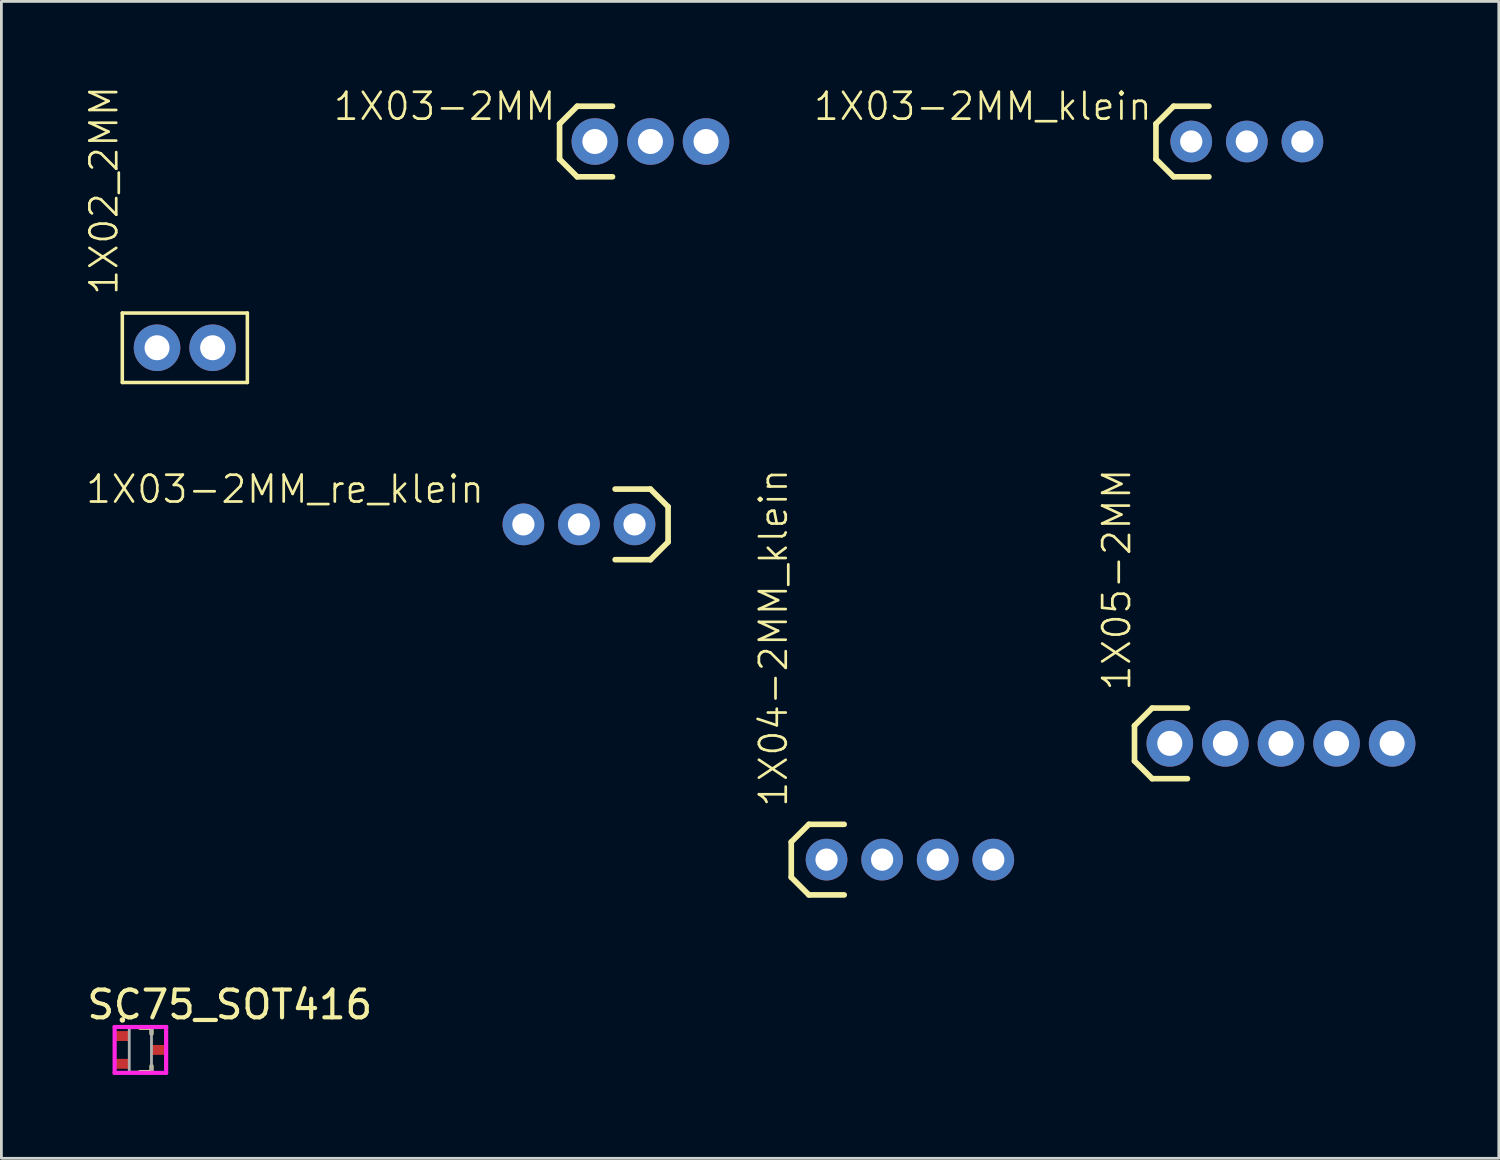
<source format=kicad_pcb>
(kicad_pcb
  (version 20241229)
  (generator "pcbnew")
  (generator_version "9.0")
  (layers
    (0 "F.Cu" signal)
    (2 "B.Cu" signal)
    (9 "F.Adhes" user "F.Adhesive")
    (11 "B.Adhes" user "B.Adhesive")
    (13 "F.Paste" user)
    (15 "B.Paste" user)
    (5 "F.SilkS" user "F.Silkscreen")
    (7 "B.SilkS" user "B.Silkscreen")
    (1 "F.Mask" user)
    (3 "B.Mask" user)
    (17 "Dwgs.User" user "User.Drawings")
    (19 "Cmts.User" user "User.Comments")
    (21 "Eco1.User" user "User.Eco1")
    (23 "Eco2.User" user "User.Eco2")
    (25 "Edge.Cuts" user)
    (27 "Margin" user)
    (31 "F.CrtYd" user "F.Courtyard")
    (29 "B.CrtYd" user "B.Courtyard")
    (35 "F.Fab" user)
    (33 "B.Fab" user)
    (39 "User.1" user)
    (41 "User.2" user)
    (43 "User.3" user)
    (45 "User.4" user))
  (footprint "1X03-2MM"
    (layer "F.Cu")
    (at 18.355 2.042)
    (property "Reference" "1X03-2MM" (at -1.346 -1.829 180) (layer "F.SilkS") (effects (font (size 0.965 0.965) (thickness 0.097)) (justify right top)))
    (attr through_hole)
    (fp_line (start -1.27 -0.635) (end -1.27 0.635) (stroke (width 0.203) (type solid)) (layer "F.SilkS"))
    (fp_line (start -1.27 0.635) (end -0.635 1.27) (stroke (width 0.203) (type solid)) (layer "F.SilkS"))
    (fp_line (start -0.635 -1.27) (end -1.27 -0.635) (stroke (width 0.203) (type solid)) (layer "F.SilkS"))
    (fp_line (start -0.635 -1.27) (end 0.635 -1.27) (stroke (width 0.203) (type solid)) (layer "F.SilkS"))
    (fp_line (start 0.635 1.27) (end -0.635 1.27) (stroke (width 0.203) (type solid)) (layer "F.SilkS"))
    (pad "1" thru_hole circle (at 0 0 90) (size 1.676 1.676) (drill 0.9) (layers "*.Cu" "*.Mask"))
    (pad "2" thru_hole circle (at 2 0 90) (size 1.676 1.676) (drill 0.9) (layers "*.Cu" "*.Mask"))
    (pad "3" thru_hole circle (at 4 0 90) (size 1.676 1.676) (drill 0.9) (layers "*.Cu" "*.Mask")))
  (footprint "1X04-2MM_klein"
    (layer "F.Cu")
    (at 26.692 27.882)
    (property "Reference" "1X04-2MM_klein" (at -1.346 -1.829 90) (layer "F.SilkS") (effects (font (size 0.965 0.965) (thickness 0.097)) (justify left bottom)))
    (attr through_hole)
    (fp_line (start -1.27 -0.635) (end -1.27 0.635) (stroke (width 0.203) (type solid)) (layer "F.SilkS"))
    (fp_line (start -1.27 0.635) (end -0.635 1.27) (stroke (width 0.203) (type solid)) (layer "F.SilkS"))
    (fp_line (start -0.635 -1.27) (end -1.27 -0.635) (stroke (width 0.203) (type solid)) (layer "F.SilkS"))
    (fp_line (start -0.635 -1.27) (end 0.635 -1.27) (stroke (width 0.203) (type solid)) (layer "F.SilkS"))
    (fp_line (start 0.635 1.27) (end -0.635 1.27) (stroke (width 0.203) (type solid)) (layer "F.SilkS"))
    (pad "1" thru_hole circle (at 0 0 90) (size 1.5 1.5) (drill 0.8) (layers "*.Cu" "*.Mask"))
    (pad "2" thru_hole circle (at 2 0 90) (size 1.5 1.5) (drill 0.8) (layers "*.Cu" "*.Mask"))
    (pad "3" thru_hole circle (at 4 0 90) (size 1.5 1.5) (drill 0.8) (layers "*.Cu" "*.Mask"))
    (pad "4" thru_hole circle (at 6 0 90) (size 1.5 1.5) (drill 0.8) (layers "*.Cu" "*.Mask")))
  (footprint "1X03-2MM_klein"
    (layer "F.Cu")
    (at 39.815 2.042)
    (property "Reference" "1X03-2MM_klein" (at -1.346 -1.829 180) (layer "F.SilkS") (effects (font (size 0.965 0.965) (thickness 0.097)) (justify right top)))
    (attr through_hole)
    (fp_line (start -1.27 -0.635) (end -1.27 0.635) (stroke (width 0.203) (type solid)) (layer "F.SilkS"))
    (fp_line (start -1.27 0.635) (end -0.635 1.27) (stroke (width 0.203) (type solid)) (layer "F.SilkS"))
    (fp_line (start -0.635 -1.27) (end -1.27 -0.635) (stroke (width 0.203) (type solid)) (layer "F.SilkS"))
    (fp_line (start -0.635 -1.27) (end 0.635 -1.27) (stroke (width 0.203) (type solid)) (layer "F.SilkS"))
    (fp_line (start 0.635 1.27) (end -0.635 1.27) (stroke (width 0.203) (type solid)) (layer "F.SilkS"))
    (pad "1" thru_hole circle (at 0 0 90) (size 1.5 1.5) (drill 0.8) (layers "*.Cu" "*.Mask"))
    (pad "2" thru_hole circle (at 2 0 90) (size 1.5 1.5) (drill 0.8) (layers "*.Cu" "*.Mask"))
    (pad "3" thru_hole circle (at 4 0 90) (size 1.5 1.5) (drill 0.8) (layers "*.Cu" "*.Mask")))
  (footprint "SC75_SOT416"
    (layer "F.Cu")
    (at 2.001 34.73)
    (property "Reference" "SC75_SOT416" (at -2.001 -1.628 0) (layer "F.SilkS") (effects (font (size 1 1) (thickness 0.15)) (justify left)))
    (attr through_hole)
    (fp_line (start -0.013 -0.8) (end 0.4 -0.8) (stroke (width 0.15) (type solid)) (layer "F.SilkS"))
    (fp_line (start -0.013 0.8) (end 0.4 0.8) (stroke (width 0.15) (type solid)) (layer "F.SilkS"))
    (fp_line (start 0.4 -0.578) (end 0.4 -0.8) (stroke (width 0.15) (type solid)) (layer "F.SilkS"))
    (fp_line (start 0.4 0.8) (end 0.4 0.578) (stroke (width 0.15) (type solid)) (layer "F.SilkS"))
    (fp_circle (center -0.647 -1.078) (end -0.597 -1.078) (stroke (width 0.1) (type solid)) (fill no) (layer "F.SilkS"))
    (fp_line (start -0.926 -0.825) (end -0.926 0.825) (stroke (width 0.15) (type solid)) (layer "F.CrtYd"))
    (fp_line (start -0.926 0.825) (end 0.927 0.825) (stroke (width 0.15) (type solid)) (layer "F.CrtYd"))
    (fp_line (start 0.927 -0.825) (end -0.926 -0.825) (stroke (width 0.15) (type solid)) (layer "F.CrtYd"))
    (fp_line (start 0.927 -0.825) (end 0.927 -0.825) (stroke (width 0.15) (type solid)) (layer "F.CrtYd"))
    (fp_line (start 0.927 0.825) (end 0.927 -0.825) (stroke (width 0.15) (type solid)) (layer "F.CrtYd"))
    (fp_line (start -0.4 -0.8) (end 0.4 -0.8) (stroke (width 0.1) (type solid)) (layer "F.Fab"))
    (fp_line (start -0.4 0.8) (end -0.4 -0.8) (stroke (width 0.1) (type solid)) (layer "F.Fab"))
    (fp_line (start -0.4 0.8) (end 0.4 0.8) (stroke (width 0.1) (type solid)) (layer "F.Fab"))
    (fp_line (start 0.4 0.8) (end 0.4 -0.8) (stroke (width 0.1) (type solid)) (layer "F.Fab"))
    (pad "1" smd rect (at -0.647 -0.5 90) (size 0.356 0.508) (layers "F.Cu" "F.Mask" "F.Paste"))
    (pad "2" smd rect (at -0.647 0.5 90) (size 0.356 0.508) (layers "F.Cu" "F.Mask" "F.Paste"))
    (pad "3" smd rect (at 0.648 -0.000001 90) (size 0.356 0.508) (layers "F.Cu" "F.Mask" "F.Paste")))
  (footprint "1X02_2MM"
    (layer "F.Cu")
    (at 2.601 9.463)
    (property "Reference" "1X02_2MM" (at -1.346 -1.829 270) (layer "F.SilkS") (effects (font (size 0.965 0.965) (thickness 0.097)) (justify left bottom)))
    (attr through_hole)
    (fp_line (start -1.25 -1.25) (end 3.25 -1.25) (stroke (width 0.127) (type solid)) (layer "F.SilkS"))
    (fp_line (start -1.25 1.25) (end -1.25 -1.25) (stroke (width 0.127) (type solid)) (layer "F.SilkS"))
    (fp_line (start 3.25 -1.25) (end 3.25 1.25) (stroke (width 0.127) (type solid)) (layer "F.SilkS"))
    (fp_line (start 3.25 1.25) (end -1.25 1.25) (stroke (width 0.127) (type solid)) (layer "F.SilkS"))
    (pad "1" thru_hole circle (at 0 0 90) (size 1.676 1.676) (drill 0.9) (layers "*.Cu" "*.Mask"))
    (pad "2" thru_hole circle (at 2 0 90) (size 1.676 1.676) (drill 0.9) (layers "*.Cu" "*.Mask")))
  (footprint "1X03-2MM_re_klein"
    (layer "F.Cu")
    (at 15.783 15.819)
    (property "Reference" "1X03-2MM_re_klein" (at -1.346 -1.829 180) (layer "F.SilkS") (effects (font (size 0.965 0.965) (thickness 0.097)) (justify right top)))
    (attr through_hole)
    (fp_line (start 3.302 -1.27) (end 4.572 -1.27) (stroke (width 0.203) (type solid)) (layer "F.SilkS"))
    (fp_line (start 4.572 1.27) (end 3.302 1.27) (stroke (width 0.203) (type solid)) (layer "F.SilkS"))
    (fp_line (start 4.572 1.27) (end 5.207 0.635) (stroke (width 0.203) (type solid)) (layer "F.SilkS"))
    (fp_line (start 5.207 -0.635) (end 4.572 -1.27) (stroke (width 0.203) (type solid)) (layer "F.SilkS"))
    (fp_line (start 5.207 0.635) (end 5.207 -0.635) (stroke (width 0.203) (type solid)) (layer "F.SilkS"))
    (pad "1" thru_hole circle (at 0 0 90) (size 1.5 1.5) (drill 0.8) (layers "*.Cu" "*.Mask"))
    (pad "2" thru_hole circle (at 2 0 90) (size 1.5 1.5) (drill 0.8) (layers "*.Cu" "*.Mask"))
    (pad "3" thru_hole circle (at 4 0 90) (size 1.5 1.5) (drill 0.8) (layers "*.Cu" "*.Mask")))
  (footprint "1X05-2MM"
    (layer "F.Cu")
    (at 39.043 23.699)
    (property "Reference" "1X05-2MM" (at -1.346 -1.829 90) (layer "F.SilkS") (effects (font (size 0.965 0.965) (thickness 0.097)) (justify left bottom)))
    (attr through_hole)
    (fp_line (start -1.27 -0.635) (end -1.27 0.635) (stroke (width 0.203) (type solid)) (layer "F.SilkS"))
    (fp_line (start -1.27 0.635) (end -0.635 1.27) (stroke (width 0.203) (type solid)) (layer "F.SilkS"))
    (fp_line (start -0.635 -1.27) (end -1.27 -0.635) (stroke (width 0.203) (type solid)) (layer "F.SilkS"))
    (fp_line (start -0.635 -1.27) (end 0.635 -1.27) (stroke (width 0.203) (type solid)) (layer "F.SilkS"))
    (fp_line (start 0.635 1.27) (end -0.635 1.27) (stroke (width 0.203) (type solid)) (layer "F.SilkS"))
    (pad "1" thru_hole circle (at 0 0 90) (size 1.676 1.676) (drill 0.9) (layers "*.Cu" "*.Mask"))
    (pad "2" thru_hole circle (at 2 0 90) (size 1.676 1.676) (drill 0.9) (layers "*.Cu" "*.Mask"))
    (pad "3" thru_hole circle (at 4 0 90) (size 1.676 1.676) (drill 0.9) (layers "*.Cu" "*.Mask"))
    (pad "4" thru_hole circle (at 6 0 90) (size 1.676 1.676) (drill 0.9) (layers "*.Cu" "*.Mask"))
    (pad "5" thru_hole circle (at 8 0 90) (size 1.676 1.676) (drill 0.9) (layers "*.Cu" "*.Mask")))
  (gr_rect
    (start -3 -3)
    (end 50.882 38.63)
    (stroke (width 0.1) (type default))
    (fill no)
    (layer "Edge.Cuts")))
</source>
